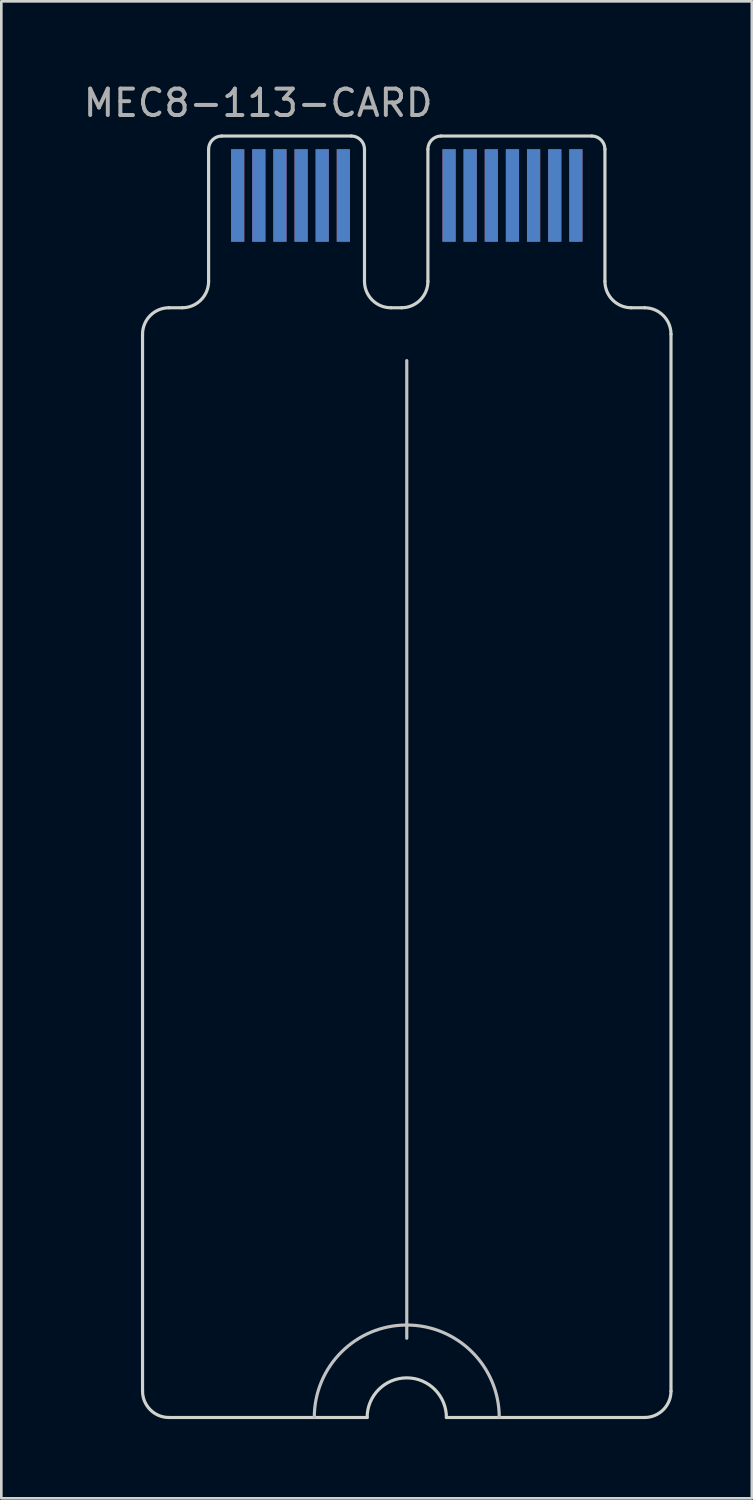
<source format=kicad_pcb>
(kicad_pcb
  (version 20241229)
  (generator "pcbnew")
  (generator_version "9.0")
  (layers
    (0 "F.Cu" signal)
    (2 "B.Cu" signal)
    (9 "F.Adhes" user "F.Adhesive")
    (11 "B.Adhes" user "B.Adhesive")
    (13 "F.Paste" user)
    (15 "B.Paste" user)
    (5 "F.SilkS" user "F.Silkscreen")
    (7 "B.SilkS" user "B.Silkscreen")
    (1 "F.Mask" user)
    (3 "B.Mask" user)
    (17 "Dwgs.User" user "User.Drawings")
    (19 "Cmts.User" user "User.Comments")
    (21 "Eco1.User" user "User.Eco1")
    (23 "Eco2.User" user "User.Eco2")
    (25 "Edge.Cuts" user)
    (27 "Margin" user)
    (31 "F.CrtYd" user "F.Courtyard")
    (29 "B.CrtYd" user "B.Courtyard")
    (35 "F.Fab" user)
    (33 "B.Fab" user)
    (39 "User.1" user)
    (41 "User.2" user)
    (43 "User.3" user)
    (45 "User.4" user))
  (footprint "MEC8-113-CARD"
    (layer "F.Cu")
    (at 2.345 2.098)
    (property "Reference" "MEC8-113-CARD" (at 4.375 -1.25 0) (layer "F.Fab") (effects (font (size 1 1) (thickness 0.15))))
    (attr through_hole)
    (fp_line (start 10 8.5) (end 10 45.5) (stroke (width 0.12) (type solid)) (layer "Dwgs.User"))
    (fp_arc (start 6.5 48.5) (mid 10 45) (end 13.5 48.5) (stroke (width 0.12) (type solid)) (layer "Dwgs.User"))
    (fp_line (start 0 47.5) (end 0 7.5) (stroke (width 0.12) (type solid)) (layer "Edge.Cuts"))
    (fp_line (start 1 6.5) (end 1.5 6.5) (stroke (width 0.12) (type solid)) (layer "Edge.Cuts"))
    (fp_line (start 2.5 0.5) (end 2.5 5.5) (stroke (width 0.12) (type solid)) (layer "Edge.Cuts"))
    (fp_line (start 3 0) (end 7.9 0) (stroke (width 0.12) (type solid)) (layer "Edge.Cuts"))
    (fp_line (start 8.4 0.5) (end 8.4 5.5) (stroke (width 0.12) (type solid)) (layer "Edge.Cuts"))
    (fp_line (start 8.5 48.5) (end 1 48.5) (stroke (width 0.12) (type solid)) (layer "Edge.Cuts"))
    (fp_line (start 9.4 6.5) (end 9.8 6.5) (stroke (width 0.12) (type solid)) (layer "Edge.Cuts"))
    (fp_line (start 10.8 5.5) (end 10.8 0.5) (stroke (width 0.12) (type solid)) (layer "Edge.Cuts"))
    (fp_line (start 11.5 48.5) (end 19 48.5) (stroke (width 0.12) (type solid)) (layer "Edge.Cuts"))
    (fp_line (start 17 0) (end 11.3 0) (stroke (width 0.12) (type solid)) (layer "Edge.Cuts"))
    (fp_line (start 17.5 0.5) (end 17.5 5.5) (stroke (width 0.12) (type solid)) (layer "Edge.Cuts"))
    (fp_line (start 18.5 6.5) (end 19 6.5) (stroke (width 0.12) (type solid)) (layer "Edge.Cuts"))
    (fp_line (start 20 7.5) (end 20 47.5) (stroke (width 0.12) (type solid)) (layer "Edge.Cuts"))
    (fp_arc (start 0 7.5) (mid 0.292893 6.792893) (end 1 6.5) (stroke (width 0.12) (type solid)) (layer "Edge.Cuts"))
    (fp_arc (start 1 48.5) (mid 0.292893 48.207107) (end 0 47.5) (stroke (width 0.12) (type solid)) (layer "Edge.Cuts"))
    (fp_arc (start 2.5 0.5) (mid 2.646447 0.146447) (end 3 0) (stroke (width 0.12) (type solid)) (layer "Edge.Cuts"))
    (fp_arc (start 2.5 5.5) (mid 2.207107 6.207107) (end 1.5 6.5) (stroke (width 0.12) (type solid)) (layer "Edge.Cuts"))
    (fp_arc (start 7.9 0) (mid 8.253553 0.146447) (end 8.4 0.5) (stroke (width 0.12) (type solid)) (layer "Edge.Cuts"))
    (fp_arc (start 8.5 48.5) (mid 10 47) (end 11.5 48.5) (stroke (width 0.12) (type solid)) (layer "Edge.Cuts"))
    (fp_arc (start 9.4 6.5) (mid 8.692893 6.207107) (end 8.4 5.5) (stroke (width 0.12) (type solid)) (layer "Edge.Cuts"))
    (fp_arc (start 10.8 0.5) (mid 10.946447 0.146447) (end 11.3 0) (stroke (width 0.12) (type solid)) (layer "Edge.Cuts"))
    (fp_arc (start 10.8 5.5) (mid 10.507107 6.207107) (end 9.8 6.5) (stroke (width 0.12) (type solid)) (layer "Edge.Cuts"))
    (fp_arc (start 17 0) (mid 17.353553 0.146447) (end 17.5 0.5) (stroke (width 0.12) (type solid)) (layer "Edge.Cuts"))
    (fp_arc (start 18.5 6.5) (mid 17.792893 6.207107) (end 17.5 5.5) (stroke (width 0.12) (type solid)) (layer "Edge.Cuts"))
    (fp_arc (start 19 6.5) (mid 19.707107 6.792893) (end 20 7.5) (stroke (width 0.12) (type solid)) (layer "Edge.Cuts"))
    (fp_arc (start 20 47.5) (mid 19.707107 48.207107) (end 19 48.5) (stroke (width 0.12) (type solid)) (layer "Edge.Cuts"))
    (pad "1" smd rect (at 3.6 2.25) (size 0.5 3.5) (layers "B.Cu" "B.Mask" "B.Paste"))
    (pad "2" smd rect (at 4.4 2.25) (size 0.5 3.5) (layers "B.Cu" "B.Mask" "B.Paste"))
    (pad "3" smd rect (at 5.2 2.25) (size 0.5 3.5) (layers "B.Cu" "B.Mask" "B.Paste"))
    (pad "4" smd rect (at 6 2.25) (size 0.5 3.5) (layers "B.Cu" "B.Mask" "B.Paste"))
    (pad "5" smd rect (at 6.8 2.25) (size 0.5 3.5) (layers "B.Cu" "B.Mask" "B.Paste"))
    (pad "6" smd rect (at 7.6 2.25) (size 0.5 3.5) (layers "B.Cu" "B.Mask" "B.Paste"))
    (pad "7" smd rect (at 11.6 2.25) (size 0.5 3.5) (layers "B.Cu" "B.Mask" "B.Paste"))
    (pad "8" smd rect (at 12.4 2.25) (size 0.5 3.5) (layers "B.Cu" "B.Mask" "B.Paste"))
    (pad "9" smd rect (at 13.2 2.25) (size 0.5 3.5) (layers "B.Cu" "B.Mask" "B.Paste"))
    (pad "10" smd rect (at 14 2.25) (size 0.5 3.5) (layers "B.Cu" "B.Mask" "B.Paste"))
    (pad "11" smd rect (at 14.8 2.25) (size 0.5 3.5) (layers "B.Cu" "B.Mask" "B.Paste"))
    (pad "12" smd rect (at 15.6 2.25) (size 0.5 3.5) (layers "B.Cu" "B.Mask" "B.Paste"))
    (pad "13" smd rect (at 16.4 2.25) (size 0.5 3.5) (layers "B.Cu" "B.Mask" "B.Paste"))
    (pad "14" smd rect (at 3.6 2.25) (size 0.5 3.5) (layers "F.Cu" "F.Mask" "F.Paste"))
    (pad "15" smd rect (at 4.4 2.25) (size 0.5 3.5) (layers "F.Cu" "F.Mask" "F.Paste"))
    (pad "16" smd rect (at 5.2 2.25) (size 0.5 3.5) (layers "F.Cu" "F.Mask" "F.Paste"))
    (pad "17" smd rect (at 6 2.25) (size 0.5 3.5) (layers "F.Cu" "F.Mask" "F.Paste"))
    (pad "18" smd rect (at 6.8 2.25) (size 0.5 3.5) (layers "F.Cu" "F.Mask" "F.Paste"))
    (pad "19" smd rect (at 7.6 2.25) (size 0.5 3.5) (layers "F.Cu" "F.Mask" "F.Paste"))
    (pad "20" smd rect (at 11.6 2.25) (size 0.5 3.5) (layers "F.Cu" "F.Mask" "F.Paste"))
    (pad "21" smd rect (at 12.4 2.25) (size 0.5 3.5) (layers "F.Cu" "F.Mask" "F.Paste"))
    (pad "22" smd rect (at 13.2 2.25) (size 0.5 3.5) (layers "F.Cu" "F.Mask" "F.Paste"))
    (pad "23" smd rect (at 14 2.25) (size 0.5 3.5) (layers "F.Cu" "F.Mask" "F.Paste"))
    (pad "24" smd rect (at 14.8 2.25) (size 0.5 3.5) (layers "F.Cu" "F.Mask" "F.Paste"))
    (pad "25" smd rect (at 15.6 2.25) (size 0.5 3.5) (layers "F.Cu" "F.Mask" "F.Paste"))
    (pad "26" smd rect (at 16.4 2.25) (size 0.5 3.5) (layers "F.Cu" "F.Mask" "F.Paste")))
  (gr_rect
    (start -3 -3)
    (end 25.405 53.658)
    (stroke (width 0.1) (type default))
    (fill no)
    (layer "Edge.Cuts")))
</source>
